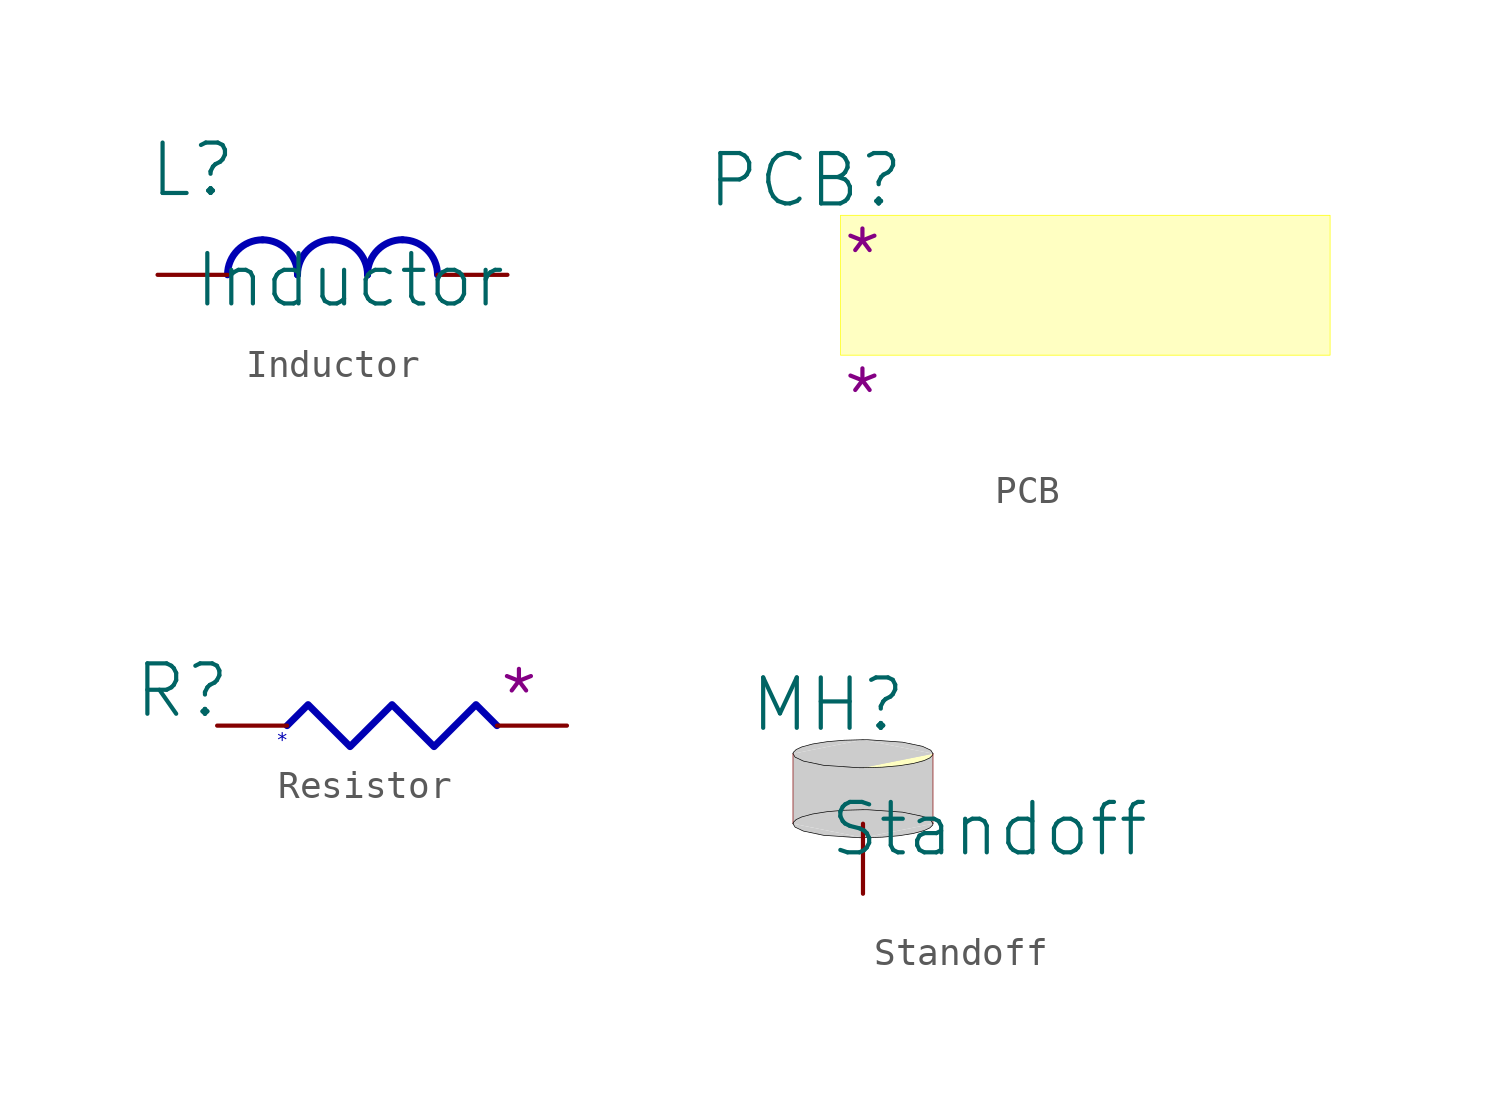
<source format=kicad_sym>
(kicad_symbol_lib
  (version 20231120)
  (generator "kicad_symbol_editor")
  (generator_version "8.0")
  (symbol "Inductor"
    (property "Reference" "L"
      (at -1.27 1.27 0)
      (effects (font (size 1.829 1.829))))
    (property "Value" "Inductor"
      (at -1.27 -3.81 0)
      (effects (font (size 1.829 1.829)) (justify left bottom)))
    (symbol "Inductor_1_0"
      (arc (start 1.27 -1.27) (mid 0.372 -1.642) (end 0 -2.54) (stroke (width 0.254) (type solid) (color 0 0 180 1)) (fill (type none)))
      (arc (start 2.54 -2.54) (mid 2.168 -1.642) (end 1.27 -1.27) (stroke (width 0.254) (type solid) (color 0 0 180 1)) (fill (type none)))
      (arc (start 3.81 -1.27) (mid 2.912 -1.642) (end 2.54 -2.54) (stroke (width 0.254) (type solid) (color 0 0 180 1)) (fill (type none)))
      (arc (start 5.08 -2.54) (mid 4.708 -1.642) (end 3.81 -1.27) (stroke (width 0.254) (type solid) (color 0 0 180 1)) (fill (type none)))
      (arc (start 6.35 -1.27) (mid 5.452 -1.642) (end 5.08 -2.54) (stroke (width 0.254) (type solid) (color 0 0 180 1)) (fill (type none)))
      (arc (start 7.62 -2.54) (mid 7.248 -1.642) (end 6.35 -1.27) (stroke (width 0.254) (type solid) (color 0 0 180 1)) (fill (type none)))
      (pin passive line (at -2.54 -2.54 0) (length 2.54) (name "1" (effects (font (size 0 0)))) (number "1" (effects (font (size 0 0)))))
      (pin passive line (at 10.16 -2.54 180) (length 2.54) (name "2" (effects (font (size 0 0)))) (number "2" (effects (font (size 0 0)))))))
  (symbol "PCB"
    (property "Reference" "PCB"
      (at -1.27 1.27 0)
      (effects (font (size 1.829 1.829))))
    (property "ZPN" "*"
      (at 0 -2.54 0)
      (effects (font (size 1.829 1.829)) (justify left bottom)))
    (property "NAME" "*"
      (at 0 -7.62 0)
      (effects (font (size 1.829 1.829)) (justify left bottom)))
    (symbol "PCB_1_0"
      (rectangle (start 17.78 0) (end 0 -5.08) (stroke (width 0.025) (type solid) (color 255 255 0 1)) (fill (type background)))))
  (symbol "Resistor"
    (property "Reference" "R"
      (at -1.27 1.27 0)
      (effects (font (size 1.829 1.829))))
    (property "Package" "*"
      (at 2.54 -0.254 0)
      (do_not_autoplace)
      (effects (font (face "Arial") (size 0.508 0.508) (color 0 0 180 1)) (justify right top)))
    (property "Resistance" "*"
      (at 10.16 0 0)
      (effects (font (size 1.829 1.829)) (justify left bottom)))
    (symbol "Resistor_1_0"
      (polyline (pts (xy 10.16 0) (xy 9.398 0.762) (xy 8.636 0) (xy 7.874 -0.762) (xy 6.35 0.762) (xy 4.826 -0.762) (xy 3.302 0.762) (xy 2.54 0)) (stroke (width 0.254) (type solid) (color 0 0 180 1)) (fill (type none)))
      (pin passive line (at 0 0 0) (length 2.54) (name "1" (effects (font (size 0 0)))) (number "1" (effects (font (size 0 0)))))
      (pin passive line (at 12.7 0 180) (length 2.54) (name "2" (effects (font (size 0 0)))) (number "2" (effects (font (size 0 0)))))))
  (symbol "Standoff"
    (property "Reference" "MH"
      (at -1.27 1.778 0)
      (effects (font (size 1.829 1.829))))
    (property "Value" "Standoff"
      (at -1.27 -3.81 0)
      (effects (font (size 1.829 1.829)) (justify left bottom)))
    (symbol "Standoff_1_0"
      (bezier (pts (xy -2.54 -2.54) (xy -2.54 -2.821) (xy -1.403 -3.048) (xy 0 -3.048)) (stroke (width 0.025) (type solid) (color 0 0 0 1)) (fill (type color) (color 204 204 204 1)))
      (bezier (pts (xy -2.54 0) (xy -2.54 -0.281) (xy -1.403 -0.508) (xy 0 -0.508)) (stroke (width 0.025) (type solid) (color 0 0 0 1)) (fill (type background)))
      (rectangle (start -2.54 0) (end 2.54 -2.54) (stroke (width -0.0001) (type solid) (color 204 204 204 1)) (fill (type color) (color 204 204 204 1)))
      (bezier (pts (xy 0 -3.048) (xy 1.403 -3.048) (xy 2.54 -2.821) (xy 2.54 -2.54)) (stroke (width 0.025) (type solid) (color 0 0 0 1)) (fill (type color) (color 204 204 204 1)))
      (bezier (pts (xy 0 -2.032) (xy -1.403 -2.032) (xy -2.54 -2.259) (xy -2.54 -2.54)) (stroke (width 0.025) (type solid) (color 0 0 0 1)) (fill (type color) (color 204 204 204 1)))
      (bezier (pts (xy 0 -0.508) (xy 1.403 -0.508) (xy 2.54 -0.281) (xy 2.54 0)) (stroke (width 0.025) (type solid) (color 0 0 0 1)) (fill (type background)))
      (polyline (pts (xy -2.54 0) (xy -2.54 -2.54)) (stroke (width 0.025) (type solid)) (fill (type none)))
      (polyline (pts (xy 2.54 0) (xy 2.54 -2.54)) (stroke (width 0.025) (type solid)) (fill (type none)))
      (polyline (pts (xy 2.54 -2.54) (xy 0 -2.032) (xy -2.54 -2.54) (xy 0 -3.048) (xy 2.54 -2.54)) (stroke (width -0.0001) (type default)) (fill (type color) (color 204 204 204 1)))
      (polyline (pts (xy 2.54 0) (xy 0 0.508) (xy -2.54 0) (xy 0 -0.508) (xy 2.54 0)) (stroke (width -0.0001) (type default)) (fill (type color) (color 204 204 204 1)))
      (bezier (pts (xy 0 0.508) (xy -1.403 0.508) (xy -2.54 0.281) (xy -2.54 0)) (stroke (width 0.025) (type solid) (color 0 0 0 1)) (fill (type color) (color 204 204 204 1)))
      (bezier (pts (xy 2.54 -2.54) (xy 2.54 -2.259) (xy 1.403 -2.032) (xy 0 -2.032)) (stroke (width 0.025) (type solid) (color 0 0 0 1)) (fill (type color) (color 204 204 204 1)))
      (bezier (pts (xy 2.54 0) (xy 2.54 0.281) (xy 1.403 0.508) (xy 0 0.508)) (stroke (width 0.025) (type solid) (color 0 0 0 1)) (fill (type color) (color 204 204 204 1)))
      (pin passive line (at 0 -5.08 90) (length 2.54) (name "1" (effects (font (size 0 0)))) (number "1" (effects (font (size 0 0))))))))
</source>
